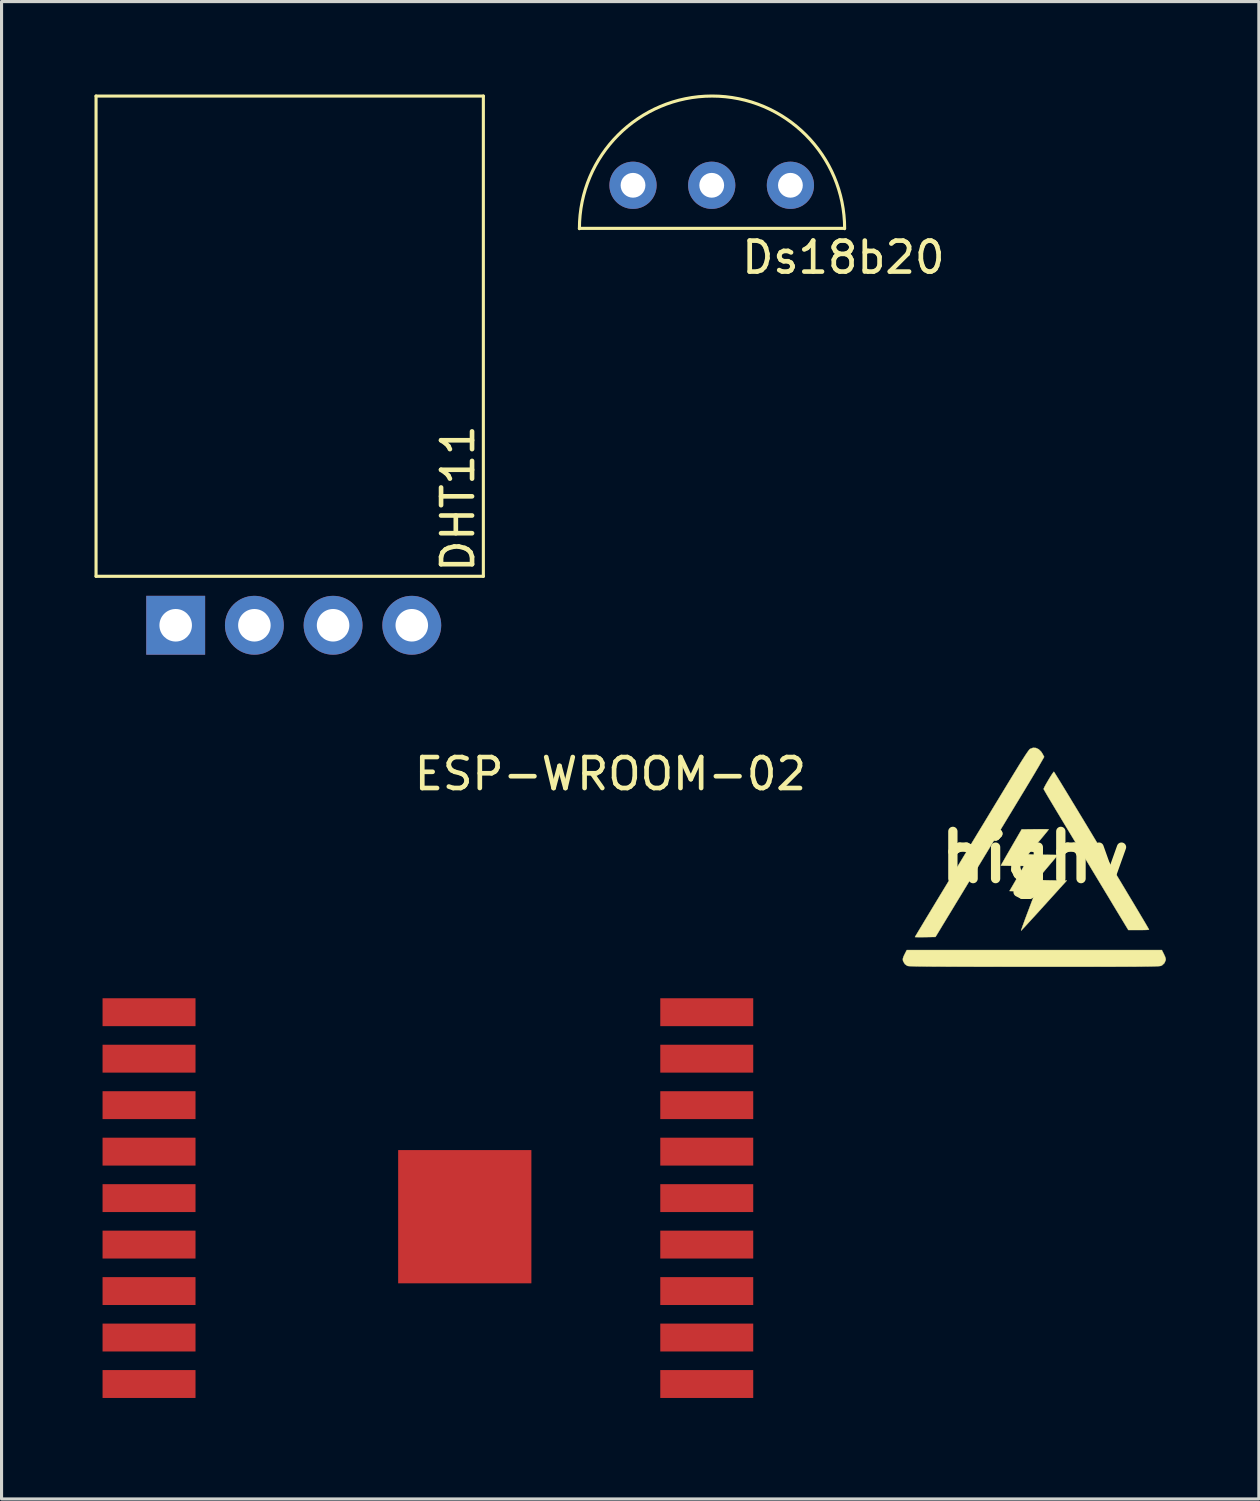
<source format=kicad_pcb>
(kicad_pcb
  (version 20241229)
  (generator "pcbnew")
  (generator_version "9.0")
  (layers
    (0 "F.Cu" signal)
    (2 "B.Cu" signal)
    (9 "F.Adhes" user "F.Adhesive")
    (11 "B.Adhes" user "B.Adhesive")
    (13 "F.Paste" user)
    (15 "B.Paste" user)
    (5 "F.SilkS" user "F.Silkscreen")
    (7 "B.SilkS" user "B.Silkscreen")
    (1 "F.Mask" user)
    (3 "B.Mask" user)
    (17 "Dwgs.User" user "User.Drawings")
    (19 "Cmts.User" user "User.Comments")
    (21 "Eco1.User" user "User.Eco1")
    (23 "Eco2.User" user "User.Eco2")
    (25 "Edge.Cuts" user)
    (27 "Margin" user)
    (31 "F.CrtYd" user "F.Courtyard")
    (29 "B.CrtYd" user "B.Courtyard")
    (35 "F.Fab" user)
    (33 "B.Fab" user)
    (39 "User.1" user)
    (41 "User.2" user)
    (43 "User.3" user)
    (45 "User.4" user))
  (footprint "Ds18b20"
    (layer "F.Cu")
    (at 19.91 2.93)
    (property "Reference" "Ds18b20" (at 4.26 2.33 0) (layer "F.SilkS") (effects (font (size 1 1) (thickness 0.15))))
    (attr through_hole)
    (fp_line (start -4.26 1.39) (end 4.28 1.39) (stroke (width 0.1) (type solid)) (layer "F.SilkS"))
    (fp_arc (start -4.26 1.4) (mid 0.02 -2.88) (end 4.3 1.4) (stroke (width 0.1) (type solid)) (layer "F.SilkS"))
    (pad "1" thru_hole circle (at -2.53 0) (size 1.524 1.524) (drill 0.8) (layers "*.Cu" "*.Mask"))
    (pad "2" thru_hole circle (at 0.01 0) (size 1.524 1.524) (drill 0.8) (layers "*.Cu" "*.Mask"))
    (pad "3" thru_hole circle (at 2.55 0) (size 1.524 1.524) (drill 0.8) (layers "*.Cu" "*.Mask")))
  (footprint "DHT11"
    (layer "F.Cu")
    (at 6.41 17.12)
    (property "Reference" "DHT11" (at 5.32 -4.08 90) (layer "F.SilkS") (effects (font (size 1 1) (thickness 0.15))))
    (attr through_hole)
    (fp_line (start -6.36 -17.07) (end -6.36 -1.57) (stroke (width 0.1) (type solid)) (layer "F.SilkS"))
    (fp_line (start -6.36 -1.57) (end 6.14 -1.57) (stroke (width 0.1) (type solid)) (layer "F.SilkS"))
    (fp_line (start 6.14 -17.07) (end -6.36 -17.07) (stroke (width 0.1) (type solid)) (layer "F.SilkS"))
    (fp_line (start 6.14 -1.57) (end 6.14 -17.07) (stroke (width 0.1) (type solid)) (layer "F.SilkS"))
    (pad "1" thru_hole rect (at -3.79 0.01) (size 1.9 1.9) (drill 1.05) (layers "*.Cu" "*.Mask"))
    (pad "2" thru_hole oval (at -1.25 0.01) (size 1.9 1.9) (drill 1.05) (layers "*.Cu" "*.Mask"))
    (pad "3" thru_hole oval (at 1.29 0.01) (size 1.9 1.9) (drill 1.05) (layers "*.Cu" "*.Mask"))
    (pad "4" thru_hole oval (at 3.83 0.01) (size 1.9 1.9) (drill 1.05) (layers "*.Cu" "*.Mask")))
  (footprint "highv"
    (layer "F.Cu")
    (at 30.352 24.617)
    (property "Reference" "highv" (at 0 0 0) (layer "F.SilkS") (effects (font (size 1.524 1.524) (thickness 0.3))))
    (attr through_hole)
    (fp_poly (pts (xy 4.164 3.13) (xy 4.204 3.219) (xy 4.221 3.282) (xy 4.219 3.321) (xy 4.178 3.417) (xy 4.106 3.485) (xy 4.075 3.501) (xy 4.064 3.505) (xy 4.046 3.509) (xy 4.021 3.512) (xy 3.986 3.516) (xy 3.939 3.518) (xy 3.879 3.521) (xy 3.804 3.523) (xy 3.712 3.525) (xy 3.602 3.527) (xy 3.471 3.528) (xy 3.318 3.53) (xy 3.141 3.531) (xy 2.939 3.532) (xy 2.709 3.532) (xy 2.45 3.533) (xy 2.16 3.533) (xy 1.837 3.534) (xy 1.48 3.534) (xy 1.087 3.534) (xy 0.655 3.534) (xy 0.184 3.534) (xy -0.024 3.534) (xy -0.52 3.534) (xy -0.975 3.534) (xy -1.391 3.533) (xy -1.769 3.533) (xy -2.112 3.532) (xy -2.422 3.532) (xy -2.698 3.531) (xy -2.945 3.53) (xy -3.162 3.529) (xy -3.352 3.528) (xy -3.516 3.526) (xy -3.657 3.525) (xy -3.775 3.523) (xy -3.873 3.521) (xy -3.952 3.518) (xy -4.014 3.516) (xy -4.06 3.513) (xy -4.093 3.51) (xy -4.113 3.506) (xy -4.121 3.504) (xy -4.199 3.448) (xy -4.251 3.36) (xy -4.263 3.32) (xy -4.262 3.27) (xy -4.24 3.201) (xy -4.206 3.129) (xy -4.137 2.995) (xy 4.096 2.995) (xy 4.164 3.13)) (stroke (width 0.01) (type solid)) (fill yes) (layer "F.SilkS"))
    (fp_poly (pts (xy 0.623 -2.744) (xy 0.655 -2.693) (xy 0.706 -2.611) (xy 0.775 -2.5) (xy 0.859 -2.363) (xy 0.957 -2.202) (xy 1.068 -2.02) (xy 1.19 -1.818) (xy 1.322 -1.601) (xy 1.462 -1.369) (xy 1.609 -1.127) (xy 1.761 -0.875) (xy 1.916 -0.617) (xy 2.074 -0.355) (xy 2.233 -0.092) (xy 2.391 0.17) (xy 2.546 0.428) (xy 2.698 0.681) (xy 2.844 0.924) (xy 2.983 1.157) (xy 3.115 1.376) (xy 3.236 1.578) (xy 3.346 1.763) (xy 3.443 1.926) (xy 3.526 2.065) (xy 3.593 2.179) (xy 3.642 2.263) (xy 3.673 2.317) (xy 3.683 2.337) (xy 3.663 2.341) (xy 3.608 2.345) (xy 3.525 2.348) (xy 3.42 2.349) (xy 3.348 2.349) (xy 3.014 2.349) (xy 2.621 1.699) (xy 2.513 1.52) (xy 2.39 1.314) (xy 2.256 1.093) (xy 2.119 0.866) (xy 1.984 0.642) (xy 1.858 0.433) (xy 1.789 0.318) (xy 1.575 -0.037) (xy 1.383 -0.356) (xy 1.21 -0.643) (xy 1.056 -0.899) (xy 0.919 -1.125) (xy 0.8 -1.324) (xy 0.695 -1.498) (xy 0.606 -1.647) (xy 0.53 -1.774) (xy 0.466 -1.88) (xy 0.414 -1.968) (xy 0.372 -2.039) (xy 0.34 -2.095) (xy 0.316 -2.137) (xy 0.299 -2.167) (xy 0.288 -2.187) (xy 0.282 -2.199) (xy 0.281 -2.203) (xy 0.289 -2.229) (xy 0.315 -2.283) (xy 0.355 -2.357) (xy 0.404 -2.442) (xy 0.456 -2.53) (xy 0.508 -2.615) (xy 0.554 -2.686) (xy 0.591 -2.738) (xy 0.611 -2.761) (xy 0.623 -2.744)) (stroke (width 0.01) (type solid)) (fill yes) (layer "F.SilkS"))
    (fp_poly (pts (xy 0.031 -3.528) (xy 0.12 -3.486) (xy 0.2 -3.408) (xy 0.241 -3.345) (xy 0.298 -3.24) (xy 0.167 -3.012) (xy 0.122 -2.933) (xy 0.058 -2.825) (xy -0.018 -2.696) (xy -0.104 -2.552) (xy -0.195 -2.401) (xy -0.287 -2.249) (xy -0.296 -2.233) (xy -0.343 -2.155) (xy -0.411 -2.044) (xy -0.496 -1.903) (xy -0.598 -1.735) (xy -0.714 -1.543) (xy -0.843 -1.331) (xy -0.982 -1.101) (xy -1.13 -0.857) (xy -1.285 -0.601) (xy -1.445 -0.337) (xy -1.608 -0.069) (xy -1.772 0.202) (xy -1.935 0.471) (xy -2.096 0.736) (xy -2.252 0.994) (xy -2.402 1.241) (xy -2.544 1.474) (xy -2.675 1.691) (xy -2.795 1.888) (xy -2.9 2.062) (xy -2.99 2.209) (xy -3.061 2.328) (xy -3.1 2.392) (xy -3.21 2.572) (xy -3.542 2.578) (xy -3.655 2.579) (xy -3.751 2.579) (xy -3.824 2.578) (xy -3.866 2.576) (xy -3.873 2.575) (xy -3.863 2.556) (xy -3.831 2.503) (xy -3.781 2.419) (xy -3.713 2.306) (xy -3.629 2.166) (xy -3.53 2.001) (xy -3.417 1.815) (xy -3.293 1.609) (xy -3.158 1.386) (xy -3.014 1.148) (xy -2.862 0.898) (xy -2.714 0.653) (xy -2.538 0.364) (xy -2.356 0.064) (xy -2.172 -0.241) (xy -1.986 -0.547) (xy -1.803 -0.849) (xy -1.624 -1.143) (xy -1.454 -1.425) (xy -1.294 -1.689) (xy -1.147 -1.931) (xy -1.016 -2.147) (xy -0.904 -2.332) (xy -0.888 -2.358) (xy -0.737 -2.606) (xy -0.606 -2.82) (xy -0.495 -3.001) (xy -0.401 -3.151) (xy -0.324 -3.271) (xy -0.262 -3.364) (xy -0.215 -3.431) (xy -0.181 -3.474) (xy -0.16 -3.495) (xy -0.159 -3.496) (xy -0.064 -3.532) (xy 0.031 -3.528)) (stroke (width 0.01) (type solid)) (fill yes) (layer "F.SilkS"))
    (fp_poly (pts (xy 0.254 -0.906) (xy 0.347 -0.905) (xy 0.412 -0.903) (xy 0.443 -0.9) (xy 0.445 -0.899) (xy 0.431 -0.88) (xy 0.395 -0.833) (xy 0.338 -0.764) (xy 0.265 -0.675) (xy 0.18 -0.573) (xy 0.116 -0.498) (xy 0.025 -0.389) (xy -0.057 -0.291) (xy -0.125 -0.208) (xy -0.176 -0.145) (xy -0.205 -0.107) (xy -0.212 -0.097) (xy -0.191 -0.094) (xy -0.135 -0.09) (xy -0.048 -0.086) (xy 0.063 -0.083) (xy 0.193 -0.081) (xy 0.265 -0.08) (xy 0.741 -0.074) (xy 0.413 0.315) (xy 0.321 0.424) (xy 0.239 0.523) (xy 0.171 0.607) (xy 0.12 0.671) (xy 0.091 0.711) (xy 0.085 0.722) (xy 0.105 0.727) (xy 0.161 0.733) (xy 0.248 0.738) (xy 0.359 0.742) (xy 0.489 0.745) (xy 0.557 0.746) (xy 1.029 0.751) (xy 0.297 1.56) (xy 0.156 1.716) (xy 0.023 1.862) (xy -0.099 1.995) (xy -0.207 2.113) (xy -0.298 2.212) (xy -0.37 2.289) (xy -0.419 2.342) (xy -0.444 2.367) (xy -0.447 2.369) (xy -0.443 2.351) (xy -0.425 2.297) (xy -0.396 2.213) (xy -0.356 2.104) (xy -0.309 1.974) (xy -0.254 1.828) (xy -0.221 1.741) (xy 0.017 1.111) (xy -0.402 1.101) (xy -0.821 1.09) (xy -0.59 0.692) (xy -0.523 0.575) (xy -0.463 0.47) (xy -0.414 0.384) (xy -0.38 0.322) (xy -0.362 0.288) (xy -0.36 0.284) (xy -0.38 0.281) (xy -0.435 0.279) (xy -0.52 0.277) (xy -0.626 0.276) (xy -0.73 0.275) (xy -0.85 0.275) (xy -0.954 0.274) (xy -1.035 0.272) (xy -1.086 0.27) (xy -1.101 0.268) (xy -1.09 0.248) (xy -1.062 0.197) (xy -1.016 0.117) (xy -0.958 0.015) (xy -0.888 -0.107) (xy -0.809 -0.243) (xy -0.765 -0.32) (xy -0.429 -0.9) (xy 0.008 -0.905) (xy 0.138 -0.906) (xy 0.254 -0.906)) (stroke (width 0.01) (type solid)) (fill yes) (layer "F.SilkS")))
  (footprint "ESP-WROOM-02"
    (layer "F.Cu")
    (at 0.25 42.078)
    (property "Reference" "ESP-WROOM-02" (at 16.4 -20.15 180) (layer "F.SilkS") (effects (font (size 1 1) (thickness 0.15))))
    (attr through_hole)
    (pad "" smd rect (at 11.7 -5.86) (size 4.3 4.3) (layers "F.Cu" "F.Mask" "F.Paste"))
    (pad "1" smd rect (at 1.51 -12.46) (size 3 0.9) (layers "F.Cu" "F.Mask" "F.Paste"))
    (pad "2" smd rect (at 1.51 -10.96) (size 3 0.9) (layers "F.Cu" "F.Mask" "F.Paste"))
    (pad "3" smd rect (at 1.51 -9.46) (size 3 0.9) (layers "F.Cu" "F.Mask" "F.Paste"))
    (pad "4" smd rect (at 1.51 -7.96) (size 3 0.9) (layers "F.Cu" "F.Mask" "F.Paste"))
    (pad "5" smd rect (at 1.51 -6.46) (size 3 0.9) (layers "F.Cu" "F.Mask" "F.Paste"))
    (pad "6" smd rect (at 1.51 -4.96) (size 3 0.9) (layers "F.Cu" "F.Mask" "F.Paste"))
    (pad "7" smd rect (at 1.51 -3.46) (size 3 0.9) (layers "F.Cu" "F.Mask" "F.Paste"))
    (pad "8" smd rect (at 1.51 -1.96) (size 3 0.9) (layers "F.Cu" "F.Mask" "F.Paste"))
    (pad "9" smd rect (at 1.51 -0.46) (size 3 0.9) (layers "F.Cu" "F.Mask" "F.Paste"))
    (pad "10" smd rect (at 19.51 -0.46) (size 3 0.9) (layers "F.Cu" "F.Mask" "F.Paste"))
    (pad "11" smd rect (at 19.51 -1.96) (size 3 0.9) (layers "F.Cu" "F.Mask" "F.Paste"))
    (pad "12" smd rect (at 19.51 -3.46) (size 3 0.9) (layers "F.Cu" "F.Mask" "F.Paste"))
    (pad "13" smd rect (at 19.51 -4.96) (size 3 0.9) (layers "F.Cu" "F.Mask" "F.Paste"))
    (pad "14" smd rect (at 19.51 -6.46) (size 3 0.9) (layers "F.Cu" "F.Mask" "F.Paste"))
    (pad "15" smd rect (at 19.51 -7.96) (size 3 0.9) (layers "F.Cu" "F.Mask" "F.Paste"))
    (pad "16" smd rect (at 19.51 -9.46) (size 3 0.9) (layers "F.Cu" "F.Mask" "F.Paste"))
    (pad "17" smd rect (at 19.51 -10.96) (size 3 0.9) (layers "F.Cu" "F.Mask" "F.Paste"))
    (pad "18" smd rect (at 19.51 -12.46) (size 3 0.9) (layers "F.Cu" "F.Mask" "F.Paste")))
  (gr_rect
    (start -3 -3)
    (end 37.578 45.328)
    (stroke (width 0.1) (type default))
    (fill no)
    (layer "Edge.Cuts")))
</source>
